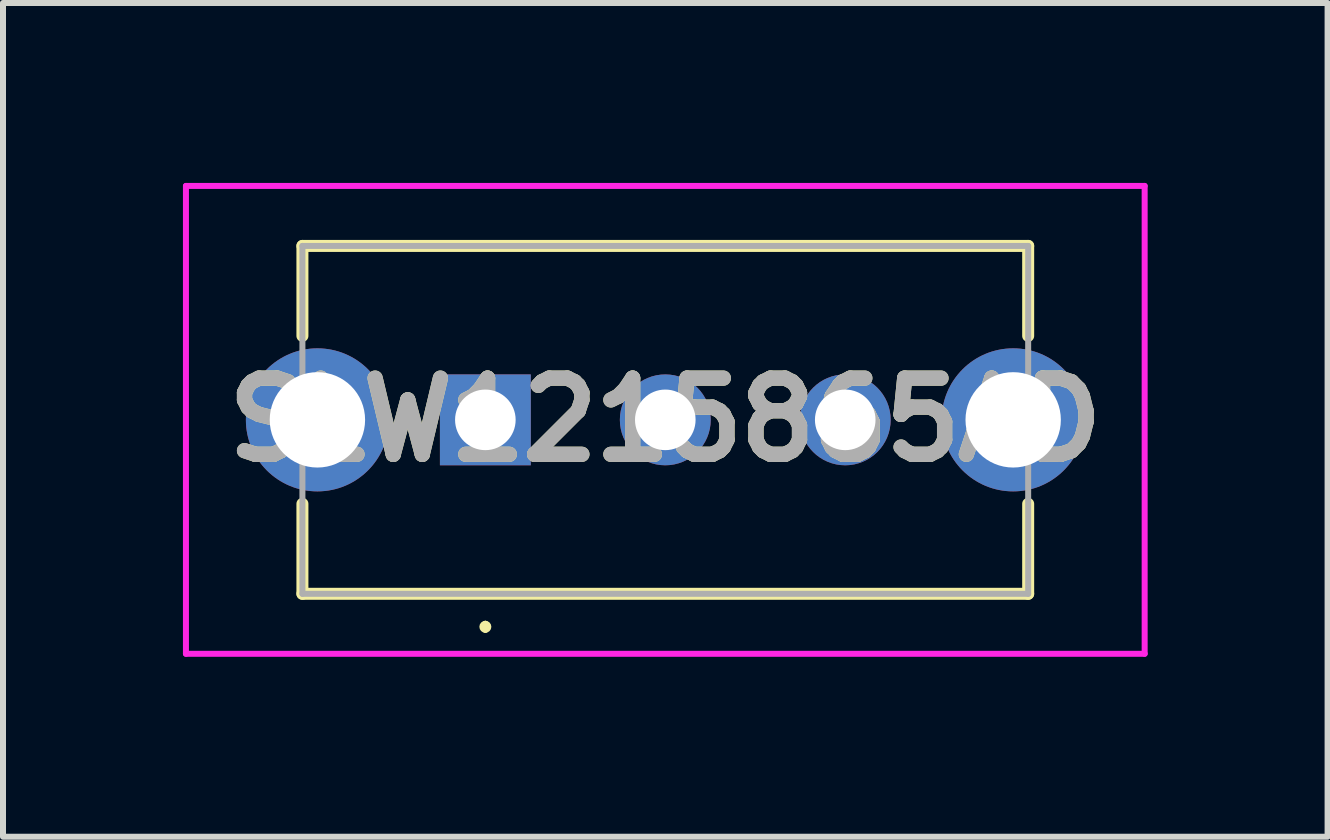
<source format=kicad_pcb>
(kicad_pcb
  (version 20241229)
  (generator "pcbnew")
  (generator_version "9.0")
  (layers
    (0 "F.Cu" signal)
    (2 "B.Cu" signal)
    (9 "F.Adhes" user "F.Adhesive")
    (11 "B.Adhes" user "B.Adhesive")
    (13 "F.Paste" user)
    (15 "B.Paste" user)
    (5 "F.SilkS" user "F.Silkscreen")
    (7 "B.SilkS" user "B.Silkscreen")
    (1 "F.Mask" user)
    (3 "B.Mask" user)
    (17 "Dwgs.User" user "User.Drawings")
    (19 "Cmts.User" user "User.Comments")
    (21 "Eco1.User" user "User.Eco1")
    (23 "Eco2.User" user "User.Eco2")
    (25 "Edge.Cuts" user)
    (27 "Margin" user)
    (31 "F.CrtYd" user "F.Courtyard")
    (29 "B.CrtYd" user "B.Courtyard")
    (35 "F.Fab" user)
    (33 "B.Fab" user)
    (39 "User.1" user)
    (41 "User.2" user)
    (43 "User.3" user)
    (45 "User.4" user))
  (footprint "SLW1215865AD"
    (layer "F.Cu")
    (at 5.042 3.95)
    (property "Reference" "SLW1215865AD" (at 3 0 0) (layer "F.SilkS") (effects (font (size 1.27 1.27) (thickness 0.254))))
    (attr through_hole)
    (fp_line (start -3.05 -2.9) (end 9.05 -2.9) (stroke (width 0.2) (type solid)) (layer "F.SilkS"))
    (fp_line (start -3.05 -1.4) (end -3.05 -2.9) (stroke (width 0.2) (type solid)) (layer "F.SilkS"))
    (fp_line (start -3.05 2.9) (end -3.05 1.4) (stroke (width 0.2) (type solid)) (layer "F.SilkS"))
    (fp_line (start 0 3.4) (end 0 3.4) (stroke (width 0.1) (type solid)) (layer "F.SilkS"))
    (fp_line (start 0 3.5) (end 0 3.5) (stroke (width 0.1) (type solid)) (layer "F.SilkS"))
    (fp_line (start 9.05 -2.9) (end 9.05 -1.4) (stroke (width 0.2) (type solid)) (layer "F.SilkS"))
    (fp_line (start 9.05 1.4) (end 9.05 2.9) (stroke (width 0.2) (type solid)) (layer "F.SilkS"))
    (fp_line (start 9.05 2.9) (end -3.05 2.9) (stroke (width 0.2) (type solid)) (layer "F.SilkS"))
    (fp_arc (start 0 3.4) (mid 0.05 3.45) (end 0 3.5) (stroke (width 0.1) (type solid)) (layer "F.SilkS"))
    (fp_arc (start 0 3.5) (mid -0.05 3.45) (end 0 3.4) (stroke (width 0.1) (type solid)) (layer "F.SilkS"))
    (fp_line (start -4.992 -3.9) (end 10.992 -3.9) (stroke (width 0.1) (type solid)) (layer "F.CrtYd"))
    (fp_line (start -4.992 3.9) (end -4.992 -3.9) (stroke (width 0.1) (type solid)) (layer "F.CrtYd"))
    (fp_line (start 10.992 -3.9) (end 10.992 3.9) (stroke (width 0.1) (type solid)) (layer "F.CrtYd"))
    (fp_line (start 10.992 3.9) (end -4.992 3.9) (stroke (width 0.1) (type solid)) (layer "F.CrtYd"))
    (fp_line (start -3.05 -2.9) (end 9.05 -2.9) (stroke (width 0.1) (type solid)) (layer "F.Fab"))
    (fp_line (start -3.05 2.9) (end -3.05 -2.9) (stroke (width 0.1) (type solid)) (layer "F.Fab"))
    (fp_line (start 9.05 -2.9) (end 9.05 2.9) (stroke (width 0.1) (type solid)) (layer "F.Fab"))
    (fp_line (start 9.05 2.9) (end -3.05 2.9) (stroke (width 0.1) (type solid)) (layer "F.Fab"))
    (fp_text user "${REFERENCE}" (at 3 0 0) (layer "F.Fab") (effects (font (size 1.27 1.27) (thickness 0.254))))
    (pad "1" thru_hole rect (at 0 0) (size 1.515 1.515) (drill 1.01) (layers "*.Cu" "*.Mask"))
    (pad "2" thru_hole circle (at 3 0) (size 1.515 1.515) (drill 1.01) (layers "*.Cu" "*.Mask"))
    (pad "3" thru_hole circle (at 6 0) (size 1.515 1.515) (drill 1.01) (layers "*.Cu" "*.Mask"))
    (pad "MH1" thru_hole circle (at -2.8 0) (size 2.385 2.385) (drill 1.59) (layers "*.Cu" "*.Mask"))
    (pad "MH2" thru_hole circle (at 8.8 0) (size 2.385 2.385) (drill 1.59) (layers "*.Cu" "*.Mask")))
  (gr_rect
    (start -3 -3)
    (end 19.084 10.9)
    (stroke (width 0.1) (type default))
    (fill no)
    (layer "Edge.Cuts")))
</source>
